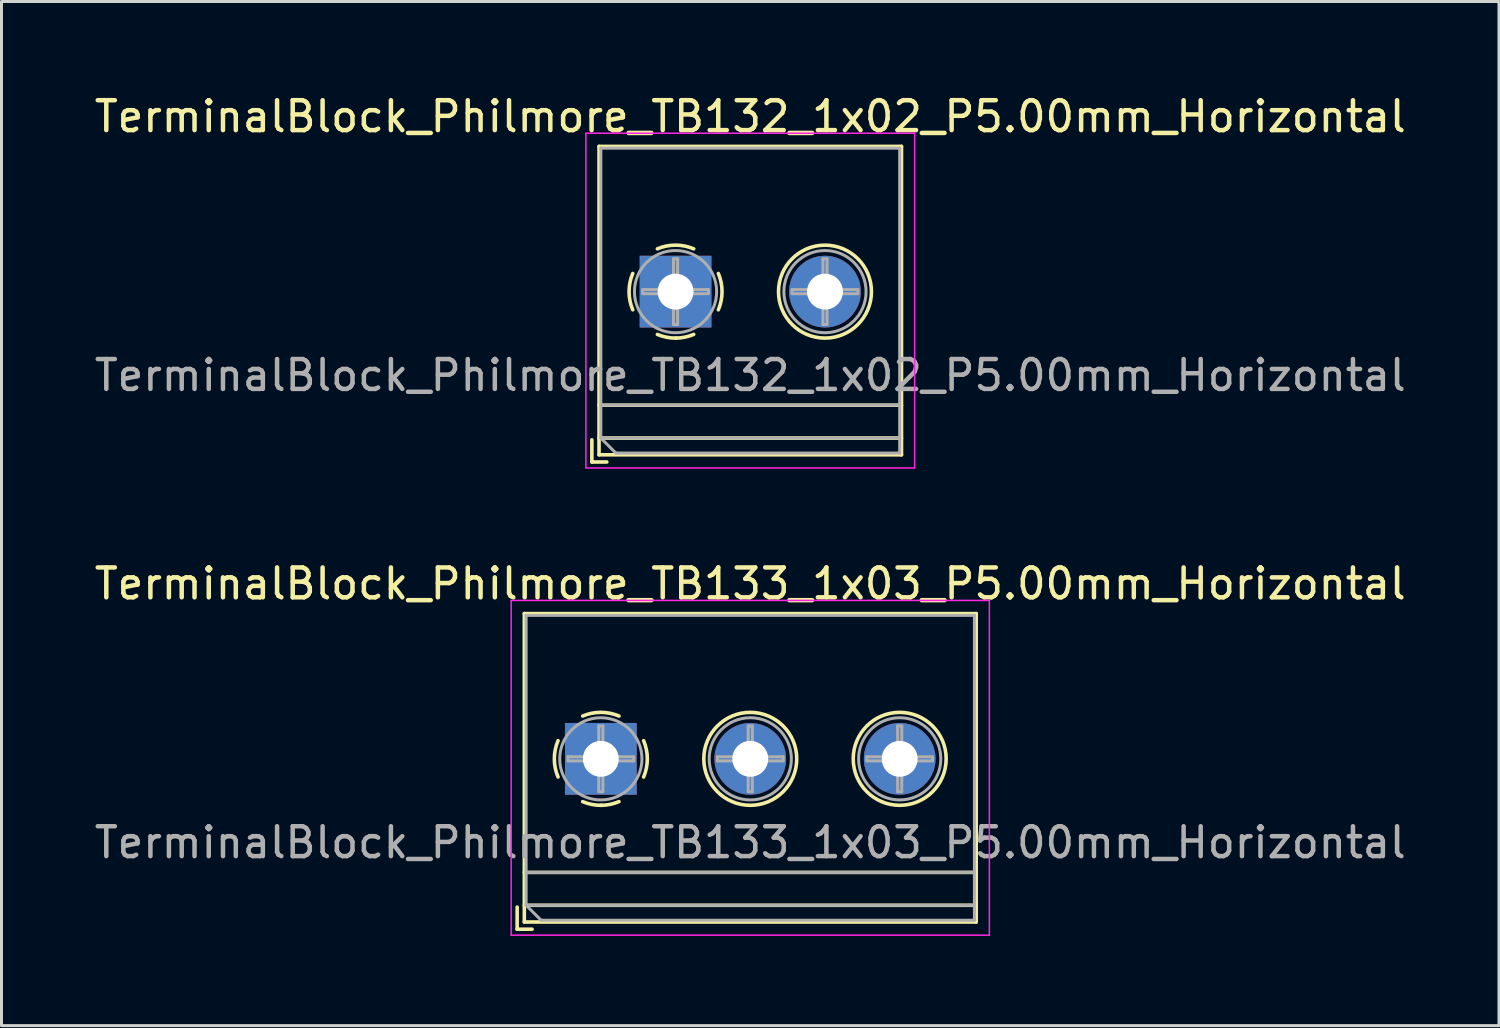
<source format=kicad_pcb>
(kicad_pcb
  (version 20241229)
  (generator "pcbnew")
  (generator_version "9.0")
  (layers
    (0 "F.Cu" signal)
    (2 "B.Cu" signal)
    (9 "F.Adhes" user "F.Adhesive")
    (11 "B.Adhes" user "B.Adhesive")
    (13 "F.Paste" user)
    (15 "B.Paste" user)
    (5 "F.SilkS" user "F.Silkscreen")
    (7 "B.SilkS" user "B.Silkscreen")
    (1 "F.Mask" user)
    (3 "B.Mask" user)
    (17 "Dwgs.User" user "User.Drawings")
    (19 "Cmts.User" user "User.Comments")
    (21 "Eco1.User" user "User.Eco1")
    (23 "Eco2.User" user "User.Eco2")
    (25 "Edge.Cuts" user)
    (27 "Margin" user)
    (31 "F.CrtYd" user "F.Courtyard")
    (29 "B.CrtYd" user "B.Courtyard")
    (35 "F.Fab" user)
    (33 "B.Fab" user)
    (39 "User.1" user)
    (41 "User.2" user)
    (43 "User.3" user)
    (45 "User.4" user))
  (footprint "TerminalBlock_Philmore_TB133_1x03_P5.00mm_Horizontal"
    (layer "F.Cu")
    (at 17.054 22.341)
    (property "Reference" "TerminalBlock_Philmore_TB133_1x03_P5.00mm_Horizontal" (at 5 -5.86 0) (layer "F.SilkS") (effects (font (size 1 1) (thickness 0.15))))
    (attr through_hole)
    (fp_line (start -2.8 4.96) (end -2.8 5.7) (stroke (width 0.12) (type solid)) (layer "F.SilkS"))
    (fp_line (start -2.8 5.7) (end -2.3 5.7) (stroke (width 0.12) (type solid)) (layer "F.SilkS"))
    (fp_line (start -2.56 -4.86) (end -2.56 5.46) (stroke (width 0.12) (type solid)) (layer "F.SilkS"))
    (fp_line (start -2.56 -4.86) (end 12.56 -4.86) (stroke (width 0.12) (type solid)) (layer "F.SilkS"))
    (fp_line (start -2.56 3.8) (end 12.56 3.8) (stroke (width 0.12) (type solid)) (layer "F.SilkS"))
    (fp_line (start -2.56 4.9) (end 12.56 4.9) (stroke (width 0.12) (type solid)) (layer "F.SilkS"))
    (fp_line (start -2.56 5.46) (end 12.56 5.46) (stroke (width 0.12) (type solid)) (layer "F.SilkS"))
    (fp_line (start 12.56 -4.86) (end 12.56 5.46) (stroke (width 0.12) (type solid)) (layer "F.SilkS"))
    (fp_arc (start -1.432109 0.607742) (mid -1.555727 -0.00014) (end -1.432 -0.608) (stroke (width 0.12) (type solid)) (layer "F.SilkS"))
    (fp_arc (start -0.607742 -1.432109) (mid 0.00014 -1.555727) (end 0.608 -1.432) (stroke (width 0.12) (type solid)) (layer "F.SilkS"))
    (fp_arc (start 0.027011 1.555493) (mid -0.296984 1.527118) (end -0.608 1.432) (stroke (width 0.12) (type solid)) (layer "F.SilkS"))
    (fp_arc (start 0.607587 1.431385) (mid 0.310017 1.523783) (end 0 1.555) (stroke (width 0.12) (type solid)) (layer "F.SilkS"))
    (fp_arc (start 1.432109 -0.607742) (mid 1.555727 0.00014) (end 1.432 0.608) (stroke (width 0.12) (type solid)) (layer "F.SilkS"))
    (fp_circle (center 5 0) (end 6.555 0) (stroke (width 0.12) (type solid)) (fill no) (layer "F.SilkS"))
    (fp_circle (center 10 0) (end 11.555 0) (stroke (width 0.12) (type solid)) (fill no) (layer "F.SilkS"))
    (fp_line (start -3 -5.3) (end -3 5.9) (stroke (width 0.05) (type solid)) (layer "F.CrtYd"))
    (fp_line (start -3 5.9) (end 13 5.9) (stroke (width 0.05) (type solid)) (layer "F.CrtYd"))
    (fp_line (start 13 -5.3) (end -3 -5.3) (stroke (width 0.05) (type solid)) (layer "F.CrtYd"))
    (fp_line (start 13 5.9) (end 13 -5.3) (stroke (width 0.05) (type solid)) (layer "F.CrtYd"))
    (fp_line (start -2.5 -4.8) (end 12.5 -4.8) (stroke (width 0.1) (type solid)) (layer "F.Fab"))
    (fp_line (start -2.5 3.8) (end 12.5 3.8) (stroke (width 0.1) (type solid)) (layer "F.Fab"))
    (fp_line (start -2.5 4.9) (end -2.5 -4.8) (stroke (width 0.1) (type solid)) (layer "F.Fab"))
    (fp_line (start -2.5 4.9) (end 12.5 4.9) (stroke (width 0.1) (type solid)) (layer "F.Fab"))
    (fp_line (start -2 5.4) (end -2.5 4.9) (stroke (width 0.1) (type solid)) (layer "F.Fab"))
    (fp_line (start -1.1 -0.069) (end -0.069 -0.069) (stroke (width 0.1) (type solid)) (layer "F.Fab"))
    (fp_line (start -1.1 0.069) (end -1.1 -0.069) (stroke (width 0.1) (type solid)) (layer "F.Fab"))
    (fp_line (start -0.069 -1.1) (end 0.069 -1.1) (stroke (width 0.1) (type solid)) (layer "F.Fab"))
    (fp_line (start -0.069 -0.069) (end -0.069 -1.1) (stroke (width 0.1) (type solid)) (layer "F.Fab"))
    (fp_line (start -0.069 0.069) (end -1.1 0.069) (stroke (width 0.1) (type solid)) (layer "F.Fab"))
    (fp_line (start -0.069 1.1) (end -0.069 0.069) (stroke (width 0.1) (type solid)) (layer "F.Fab"))
    (fp_line (start 0.069 -1.1) (end 0.069 -0.069) (stroke (width 0.1) (type solid)) (layer "F.Fab"))
    (fp_line (start 0.069 -0.069) (end 1.1 -0.069) (stroke (width 0.1) (type solid)) (layer "F.Fab"))
    (fp_line (start 0.069 0.069) (end 0.069 1.1) (stroke (width 0.1) (type solid)) (layer "F.Fab"))
    (fp_line (start 0.069 1.1) (end -0.069 1.1) (stroke (width 0.1) (type solid)) (layer "F.Fab"))
    (fp_line (start 1.1 -0.069) (end 1.1 0.069) (stroke (width 0.1) (type solid)) (layer "F.Fab"))
    (fp_line (start 1.1 0.069) (end 0.069 0.069) (stroke (width 0.1) (type solid)) (layer "F.Fab"))
    (fp_line (start 3.9 -0.069) (end 4.931 -0.069) (stroke (width 0.1) (type solid)) (layer "F.Fab"))
    (fp_line (start 3.9 0.069) (end 3.9 -0.069) (stroke (width 0.1) (type solid)) (layer "F.Fab"))
    (fp_line (start 4.931 -1.1) (end 5.069 -1.1) (stroke (width 0.1) (type solid)) (layer "F.Fab"))
    (fp_line (start 4.931 -0.069) (end 4.931 -1.1) (stroke (width 0.1) (type solid)) (layer "F.Fab"))
    (fp_line (start 4.931 0.069) (end 3.9 0.069) (stroke (width 0.1) (type solid)) (layer "F.Fab"))
    (fp_line (start 4.931 1.1) (end 4.931 0.069) (stroke (width 0.1) (type solid)) (layer "F.Fab"))
    (fp_line (start 5.069 -1.1) (end 5.069 -0.069) (stroke (width 0.1) (type solid)) (layer "F.Fab"))
    (fp_line (start 5.069 -0.069) (end 6.1 -0.069) (stroke (width 0.1) (type solid)) (layer "F.Fab"))
    (fp_line (start 5.069 0.069) (end 5.069 1.1) (stroke (width 0.1) (type solid)) (layer "F.Fab"))
    (fp_line (start 5.069 1.1) (end 4.931 1.1) (stroke (width 0.1) (type solid)) (layer "F.Fab"))
    (fp_line (start 6.1 -0.069) (end 6.1 0.069) (stroke (width 0.1) (type solid)) (layer "F.Fab"))
    (fp_line (start 6.1 0.069) (end 5.069 0.069) (stroke (width 0.1) (type solid)) (layer "F.Fab"))
    (fp_line (start 8.9 -0.069) (end 9.931 -0.069) (stroke (width 0.1) (type solid)) (layer "F.Fab"))
    (fp_line (start 8.9 0.069) (end 8.9 -0.069) (stroke (width 0.1) (type solid)) (layer "F.Fab"))
    (fp_line (start 9.931 -1.1) (end 10.069 -1.1) (stroke (width 0.1) (type solid)) (layer "F.Fab"))
    (fp_line (start 9.931 -0.069) (end 9.931 -1.1) (stroke (width 0.1) (type solid)) (layer "F.Fab"))
    (fp_line (start 9.931 0.069) (end 8.9 0.069) (stroke (width 0.1) (type solid)) (layer "F.Fab"))
    (fp_line (start 9.931 1.1) (end 9.931 0.069) (stroke (width 0.1) (type solid)) (layer "F.Fab"))
    (fp_line (start 10.069 -1.1) (end 10.069 -0.069) (stroke (width 0.1) (type solid)) (layer "F.Fab"))
    (fp_line (start 10.069 -0.069) (end 11.1 -0.069) (stroke (width 0.1) (type solid)) (layer "F.Fab"))
    (fp_line (start 10.069 0.069) (end 10.069 1.1) (stroke (width 0.1) (type solid)) (layer "F.Fab"))
    (fp_line (start 10.069 1.1) (end 9.931 1.1) (stroke (width 0.1) (type solid)) (layer "F.Fab"))
    (fp_line (start 11.1 -0.069) (end 11.1 0.069) (stroke (width 0.1) (type solid)) (layer "F.Fab"))
    (fp_line (start 11.1 0.069) (end 10.069 0.069) (stroke (width 0.1) (type solid)) (layer "F.Fab"))
    (fp_line (start 12.5 -4.8) (end 12.5 5.4) (stroke (width 0.1) (type solid)) (layer "F.Fab"))
    (fp_line (start 12.5 5.4) (end -2 5.4) (stroke (width 0.1) (type solid)) (layer "F.Fab"))
    (fp_circle (center 0 0) (end 1.375 0) (stroke (width 0.1) (type solid)) (fill no) (layer "F.Fab"))
    (fp_circle (center 5 0) (end 6.375 0) (stroke (width 0.1) (type solid)) (fill no) (layer "F.Fab"))
    (fp_circle (center 10 0) (end 11.375 0) (stroke (width 0.1) (type solid)) (fill no) (layer "F.Fab"))
    (fp_text user "${REFERENCE}" (at 5 2.8 0) (layer "F.Fab") (effects (font (size 1 1) (thickness 0.15))))
    (pad "1" thru_hole rect (at 0 0) (size 2.4 2.4) (drill 1.2) (layers "*.Cu" "*.Mask"))
    (pad "2" thru_hole circle (at 5 0) (size 2.4 2.4) (drill 1.2) (layers "*.Cu" "*.Mask"))
    (pad "3" thru_hole circle (at 10 0) (size 2.4 2.4) (drill 1.2) (layers "*.Cu" "*.Mask")))
  (footprint "TerminalBlock_Philmore_TB132_1x02_P5.00mm_Horizontal"
    (layer "F.Cu")
    (at 19.554 6.708)
    (property "Reference" "TerminalBlock_Philmore_TB132_1x02_P5.00mm_Horizontal" (at 2.5 -5.86 0) (layer "F.SilkS") (effects (font (size 1 1) (thickness 0.15))))
    (attr through_hole)
    (fp_line (start -2.8 4.96) (end -2.8 5.7) (stroke (width 0.12) (type solid)) (layer "F.SilkS"))
    (fp_line (start -2.8 5.7) (end -2.3 5.7) (stroke (width 0.12) (type solid)) (layer "F.SilkS"))
    (fp_line (start -2.56 -4.86) (end -2.56 5.46) (stroke (width 0.12) (type solid)) (layer "F.SilkS"))
    (fp_line (start -2.56 -4.86) (end 7.56 -4.86) (stroke (width 0.12) (type solid)) (layer "F.SilkS"))
    (fp_line (start -2.56 3.8) (end 7.56 3.8) (stroke (width 0.12) (type solid)) (layer "F.SilkS"))
    (fp_line (start -2.56 4.9) (end 7.56 4.9) (stroke (width 0.12) (type solid)) (layer "F.SilkS"))
    (fp_line (start -2.56 5.46) (end 7.56 5.46) (stroke (width 0.12) (type solid)) (layer "F.SilkS"))
    (fp_line (start 7.56 -4.86) (end 7.56 5.46) (stroke (width 0.12) (type solid)) (layer "F.SilkS"))
    (fp_arc (start -1.432109 0.607742) (mid -1.555727 -0.00014) (end -1.432 -0.608) (stroke (width 0.12) (type solid)) (layer "F.SilkS"))
    (fp_arc (start -0.607742 -1.432109) (mid 0.00014 -1.555727) (end 0.608 -1.432) (stroke (width 0.12) (type solid)) (layer "F.SilkS"))
    (fp_arc (start 0.027011 1.555493) (mid -0.296984 1.527118) (end -0.608 1.432) (stroke (width 0.12) (type solid)) (layer "F.SilkS"))
    (fp_arc (start 0.607587 1.431385) (mid 0.310017 1.523783) (end 0 1.555) (stroke (width 0.12) (type solid)) (layer "F.SilkS"))
    (fp_arc (start 1.432109 -0.607742) (mid 1.555727 0.00014) (end 1.432 0.608) (stroke (width 0.12) (type solid)) (layer "F.SilkS"))
    (fp_circle (center 5 0) (end 6.555 0) (stroke (width 0.12) (type solid)) (fill no) (layer "F.SilkS"))
    (fp_line (start -3 -5.3) (end -3 5.9) (stroke (width 0.05) (type solid)) (layer "F.CrtYd"))
    (fp_line (start -3 5.9) (end 8 5.9) (stroke (width 0.05) (type solid)) (layer "F.CrtYd"))
    (fp_line (start 8 -5.3) (end -3 -5.3) (stroke (width 0.05) (type solid)) (layer "F.CrtYd"))
    (fp_line (start 8 5.9) (end 8 -5.3) (stroke (width 0.05) (type solid)) (layer "F.CrtYd"))
    (fp_line (start -2.5 -4.8) (end 7.5 -4.8) (stroke (width 0.1) (type solid)) (layer "F.Fab"))
    (fp_line (start -2.5 3.8) (end 7.5 3.8) (stroke (width 0.1) (type solid)) (layer "F.Fab"))
    (fp_line (start -2.5 4.9) (end -2.5 -4.8) (stroke (width 0.1) (type solid)) (layer "F.Fab"))
    (fp_line (start -2.5 4.9) (end 7.5 4.9) (stroke (width 0.1) (type solid)) (layer "F.Fab"))
    (fp_line (start -2 5.4) (end -2.5 4.9) (stroke (width 0.1) (type solid)) (layer "F.Fab"))
    (fp_line (start -1.1 -0.069) (end -0.069 -0.069) (stroke (width 0.1) (type solid)) (layer "F.Fab"))
    (fp_line (start -1.1 0.069) (end -1.1 -0.069) (stroke (width 0.1) (type solid)) (layer "F.Fab"))
    (fp_line (start -0.069 -1.1) (end 0.069 -1.1) (stroke (width 0.1) (type solid)) (layer "F.Fab"))
    (fp_line (start -0.069 -0.069) (end -0.069 -1.1) (stroke (width 0.1) (type solid)) (layer "F.Fab"))
    (fp_line (start -0.069 0.069) (end -1.1 0.069) (stroke (width 0.1) (type solid)) (layer "F.Fab"))
    (fp_line (start -0.069 1.1) (end -0.069 0.069) (stroke (width 0.1) (type solid)) (layer "F.Fab"))
    (fp_line (start 0.069 -1.1) (end 0.069 -0.069) (stroke (width 0.1) (type solid)) (layer "F.Fab"))
    (fp_line (start 0.069 -0.069) (end 1.1 -0.069) (stroke (width 0.1) (type solid)) (layer "F.Fab"))
    (fp_line (start 0.069 0.069) (end 0.069 1.1) (stroke (width 0.1) (type solid)) (layer "F.Fab"))
    (fp_line (start 0.069 1.1) (end -0.069 1.1) (stroke (width 0.1) (type solid)) (layer "F.Fab"))
    (fp_line (start 1.1 -0.069) (end 1.1 0.069) (stroke (width 0.1) (type solid)) (layer "F.Fab"))
    (fp_line (start 1.1 0.069) (end 0.069 0.069) (stroke (width 0.1) (type solid)) (layer "F.Fab"))
    (fp_line (start 3.9 -0.069) (end 4.931 -0.069) (stroke (width 0.1) (type solid)) (layer "F.Fab"))
    (fp_line (start 3.9 0.069) (end 3.9 -0.069) (stroke (width 0.1) (type solid)) (layer "F.Fab"))
    (fp_line (start 4.931 -1.1) (end 5.069 -1.1) (stroke (width 0.1) (type solid)) (layer "F.Fab"))
    (fp_line (start 4.931 -0.069) (end 4.931 -1.1) (stroke (width 0.1) (type solid)) (layer "F.Fab"))
    (fp_line (start 4.931 0.069) (end 3.9 0.069) (stroke (width 0.1) (type solid)) (layer "F.Fab"))
    (fp_line (start 4.931 1.1) (end 4.931 0.069) (stroke (width 0.1) (type solid)) (layer "F.Fab"))
    (fp_line (start 5.069 -1.1) (end 5.069 -0.069) (stroke (width 0.1) (type solid)) (layer "F.Fab"))
    (fp_line (start 5.069 -0.069) (end 6.1 -0.069) (stroke (width 0.1) (type solid)) (layer "F.Fab"))
    (fp_line (start 5.069 0.069) (end 5.069 1.1) (stroke (width 0.1) (type solid)) (layer "F.Fab"))
    (fp_line (start 5.069 1.1) (end 4.931 1.1) (stroke (width 0.1) (type solid)) (layer "F.Fab"))
    (fp_line (start 6.1 -0.069) (end 6.1 0.069) (stroke (width 0.1) (type solid)) (layer "F.Fab"))
    (fp_line (start 6.1 0.069) (end 5.069 0.069) (stroke (width 0.1) (type solid)) (layer "F.Fab"))
    (fp_line (start 7.5 -4.8) (end 7.5 5.4) (stroke (width 0.1) (type solid)) (layer "F.Fab"))
    (fp_line (start 7.5 5.4) (end -2 5.4) (stroke (width 0.1) (type solid)) (layer "F.Fab"))
    (fp_circle (center 0 0) (end 1.375 0) (stroke (width 0.1) (type solid)) (fill no) (layer "F.Fab"))
    (fp_circle (center 5 0) (end 6.375 0) (stroke (width 0.1) (type solid)) (fill no) (layer "F.Fab"))
    (fp_text user "${REFERENCE}" (at 2.5 2.8 0) (layer "F.Fab") (effects (font (size 1 1) (thickness 0.15))))
    (pad "1" thru_hole rect (at 0 0) (size 2.4 2.4) (drill 1.2) (layers "*.Cu" "*.Mask"))
    (pad "2" thru_hole circle (at 5 0) (size 2.4 2.4) (drill 1.2) (layers "*.Cu" "*.Mask")))
  (gr_rect
    (start -3 -3)
    (end 47.107 31.267)
    (stroke (width 0.1) (type default))
    (fill no)
    (layer "Edge.Cuts")))
</source>
